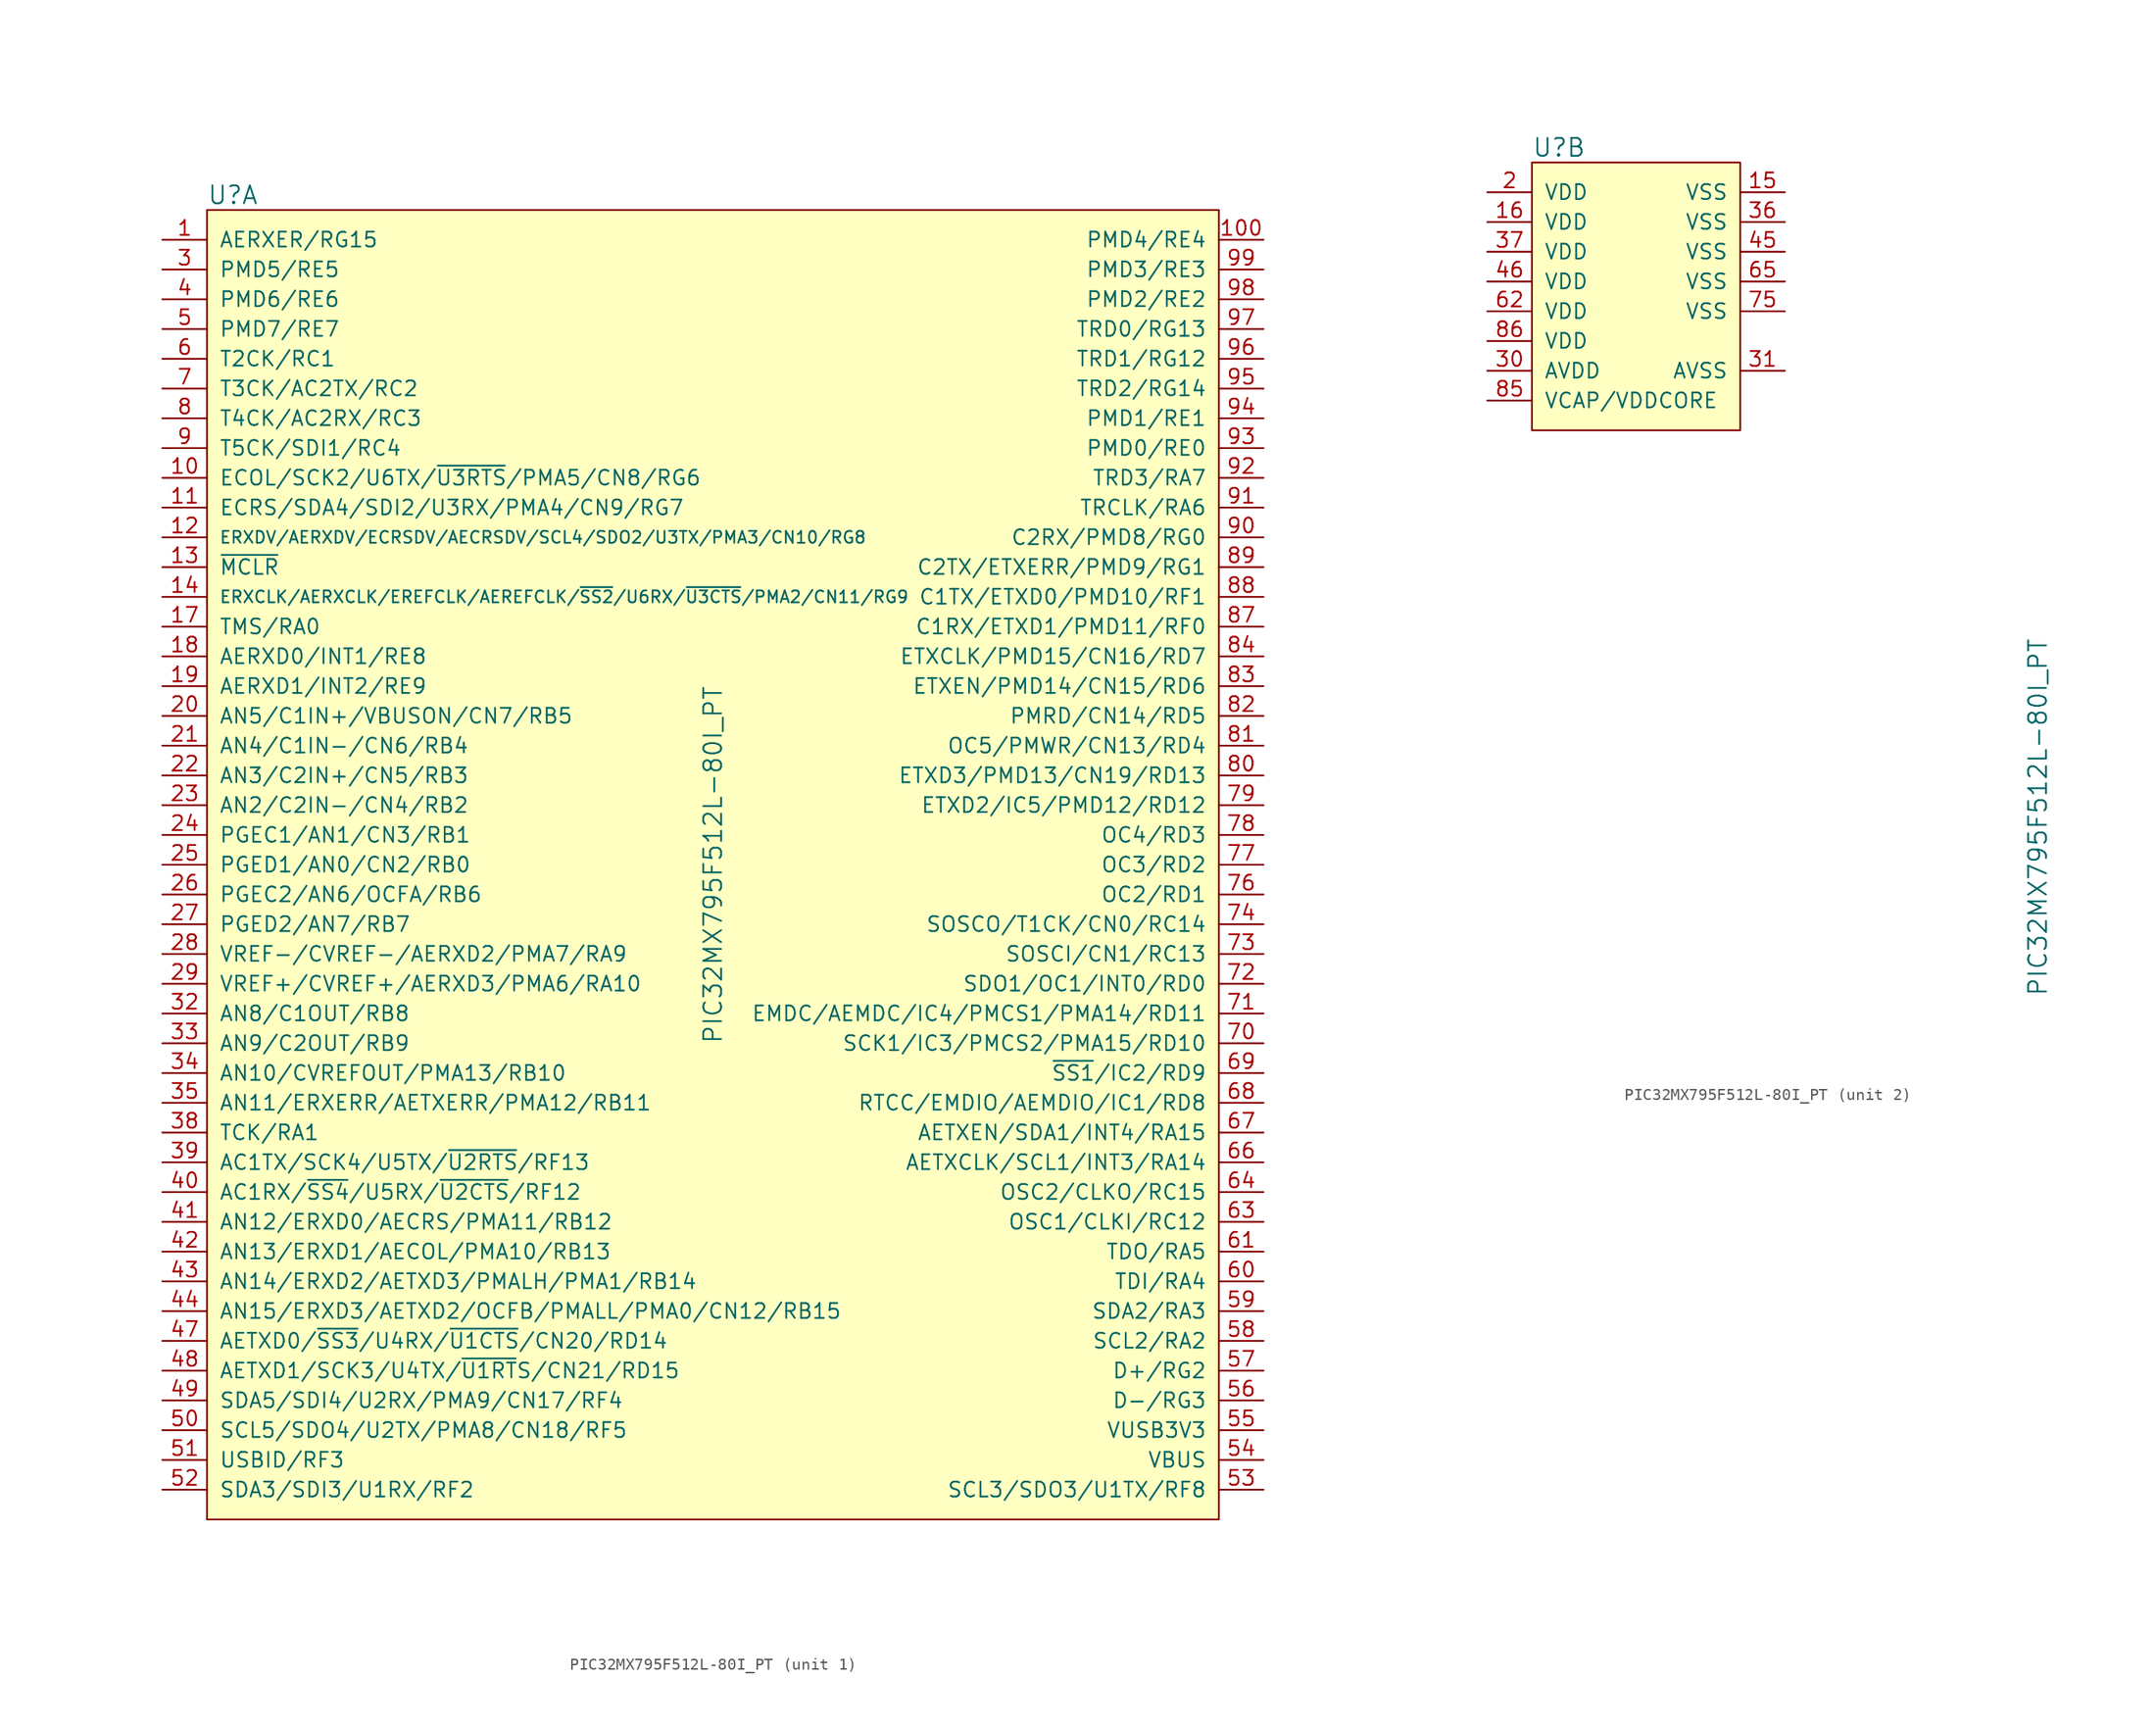
<source format=kicad_sym>
(kicad_symbol_lib
  (version 20220914)
  (generator kicad_symbol_editor)
  (symbol "PIC32MX795F512L-80I_PT"
    (pin_names
      (offset 1.016))
    (property "Reference" "U"
      (at 1.27 1.27 0)
      (effects (font (size 1.524 1.524)) (justify left)))
    (property "Value" "PIC32MX795F512L-80I_PT"
      (at 44.45 -55.88 90)
      (effects (font (size 1.524 1.524))))
    (property "ki_locked" ""
      (at 0 0 0)
      (effects (font (size 1.27 1.27))))
    (symbol "PIC32MX795F512L-80I_PT_1_1"
      (rectangle (start 1.27 0) (end 87.63 -111.76) (stroke (width 0) (type solid)) (fill (type background)))
      (pin bidirectional line (at -2.54 -2.54 0) (length 3.81) (name "AERXER/RG15" (effects (font (size 1.27 1.27)))) (number "1" (effects (font (size 1.27 1.27)))))
      (pin bidirectional line (at -2.54 -22.86 0) (length 3.81) (name "ECOL/SCK2/U6TX/~{U3RTS}/PMA5/CN8/RG6" (effects (font (size 1.27 1.27)))) (number "10" (effects (font (size 1.27 1.27)))))
      (pin bidirectional line (at 91.44 -2.54 180) (length 3.81) (name "PMD4/RE4" (effects (font (size 1.27 1.27)))) (number "100" (effects (font (size 1.27 1.27)))))
      (pin bidirectional line (at -2.54 -25.4 0) (length 3.81) (name "ECRS/SDA4/SDI2/U3RX/PMA4/CN9/RG7" (effects (font (size 1.27 1.27)))) (number "11" (effects (font (size 1.27 1.27)))))
      (pin bidirectional line (at -2.54 -27.94 0) (length 3.81) (name "ERXDV/AERXDV/ECRSDV/AECRSDV/SCL4/SDO2/U3TX/PMA3/CN10/RG8" (effects (font (size 1.016 1.016)))) (number "12" (effects (font (size 1.27 1.27)))))
      (pin input line (at -2.54 -30.48 0) (length 3.81) (name "~{MCLR}" (effects (font (size 1.27 1.27)))) (number "13" (effects (font (size 1.27 1.27)))))
      (pin bidirectional line (at -2.54 -33.02 0) (length 3.81) (name "ERXCLK/AERXCLK/EREFCLK/AEREFCLK/~{SS2}/U6RX/~{U3CTS}/PMA2/CN11/RG9" (effects (font (size 1.016 1.016)))) (number "14" (effects (font (size 1.27 1.27)))))
      (pin bidirectional line (at -2.54 -35.56 0) (length 3.81) (name "TMS/RA0" (effects (font (size 1.27 1.27)))) (number "17" (effects (font (size 1.27 1.27)))))
      (pin bidirectional line (at -2.54 -38.1 0) (length 3.81) (name "AERXD0/INT1/RE8" (effects (font (size 1.27 1.27)))) (number "18" (effects (font (size 1.27 1.27)))))
      (pin bidirectional line (at -2.54 -40.64 0) (length 3.81) (name "AERXD1/INT2/RE9" (effects (font (size 1.27 1.27)))) (number "19" (effects (font (size 1.27 1.27)))))
      (pin bidirectional line (at -2.54 -43.18 0) (length 3.81) (name "AN5/C1IN+/VBUSON/CN7/RB5" (effects (font (size 1.27 1.27)))) (number "20" (effects (font (size 1.27 1.27)))))
      (pin bidirectional line (at -2.54 -45.72 0) (length 3.81) (name "AN4/C1IN-/CN6/RB4" (effects (font (size 1.27 1.27)))) (number "21" (effects (font (size 1.27 1.27)))))
      (pin bidirectional line (at -2.54 -48.26 0) (length 3.81) (name "AN3/C2IN+/CN5/RB3" (effects (font (size 1.27 1.27)))) (number "22" (effects (font (size 1.27 1.27)))))
      (pin bidirectional line (at -2.54 -50.8 0) (length 3.81) (name "AN2/C2IN-/CN4/RB2" (effects (font (size 1.27 1.27)))) (number "23" (effects (font (size 1.27 1.27)))))
      (pin bidirectional line (at -2.54 -53.34 0) (length 3.81) (name "PGEC1/AN1/CN3/RB1" (effects (font (size 1.27 1.27)))) (number "24" (effects (font (size 1.27 1.27)))))
      (pin bidirectional line (at -2.54 -55.88 0) (length 3.81) (name "PGED1/AN0/CN2/RB0" (effects (font (size 1.27 1.27)))) (number "25" (effects (font (size 1.27 1.27)))))
      (pin bidirectional line (at -2.54 -58.42 0) (length 3.81) (name "PGEC2/AN6/OCFA/RB6" (effects (font (size 1.27 1.27)))) (number "26" (effects (font (size 1.27 1.27)))))
      (pin bidirectional line (at -2.54 -60.96 0) (length 3.81) (name "PGED2/AN7/RB7" (effects (font (size 1.27 1.27)))) (number "27" (effects (font (size 1.27 1.27)))))
      (pin bidirectional line (at -2.54 -63.5 0) (length 3.81) (name "VREF-/CVREF-/AERXD2/PMA7/RA9" (effects (font (size 1.27 1.27)))) (number "28" (effects (font (size 1.27 1.27)))))
      (pin bidirectional line (at -2.54 -66.04 0) (length 3.81) (name "VREF+/CVREF+/AERXD3/PMA6/RA10" (effects (font (size 1.27 1.27)))) (number "29" (effects (font (size 1.27 1.27)))))
      (pin bidirectional line (at -2.54 -5.08 0) (length 3.81) (name "PMD5/RE5" (effects (font (size 1.27 1.27)))) (number "3" (effects (font (size 1.27 1.27)))))
      (pin bidirectional line (at -2.54 -68.58 0) (length 3.81) (name "AN8/C1OUT/RB8" (effects (font (size 1.27 1.27)))) (number "32" (effects (font (size 1.27 1.27)))))
      (pin bidirectional line (at -2.54 -71.12 0) (length 3.81) (name "AN9/C2OUT/RB9" (effects (font (size 1.27 1.27)))) (number "33" (effects (font (size 1.27 1.27)))))
      (pin bidirectional line (at -2.54 -73.66 0) (length 3.81) (name "AN10/CVREFOUT/PMA13/RB10" (effects (font (size 1.27 1.27)))) (number "34" (effects (font (size 1.27 1.27)))))
      (pin bidirectional line (at -2.54 -76.2 0) (length 3.81) (name "AN11/ERXERR/AETXERR/PMA12/RB11" (effects (font (size 1.27 1.27)))) (number "35" (effects (font (size 1.27 1.27)))))
      (pin bidirectional line (at -2.54 -78.74 0) (length 3.81) (name "TCK/RA1" (effects (font (size 1.27 1.27)))) (number "38" (effects (font (size 1.27 1.27)))))
      (pin bidirectional line (at -2.54 -81.28 0) (length 3.81) (name "AC1TX/SCK4/U5TX/~{U2RTS}/RF13" (effects (font (size 1.27 1.27)))) (number "39" (effects (font (size 1.27 1.27)))))
      (pin bidirectional line (at -2.54 -7.62 0) (length 3.81) (name "PMD6/RE6" (effects (font (size 1.27 1.27)))) (number "4" (effects (font (size 1.27 1.27)))))
      (pin bidirectional line (at -2.54 -83.82 0) (length 3.81) (name "AC1RX/~{SS4}/U5RX/~{U2CTS}/RF12" (effects (font (size 1.27 1.27)))) (number "40" (effects (font (size 1.27 1.27)))))
      (pin bidirectional line (at -2.54 -86.36 0) (length 3.81) (name "AN12/ERXD0/AECRS/PMA11/RB12" (effects (font (size 1.27 1.27)))) (number "41" (effects (font (size 1.27 1.27)))))
      (pin bidirectional line (at -2.54 -88.9 0) (length 3.81) (name "AN13/ERXD1/AECOL/PMA10/RB13" (effects (font (size 1.27 1.27)))) (number "42" (effects (font (size 1.27 1.27)))))
      (pin bidirectional line (at -2.54 -91.44 0) (length 3.81) (name "AN14/ERXD2/AETXD3/PMALH/PMA1/RB14" (effects (font (size 1.27 1.27)))) (number "43" (effects (font (size 1.27 1.27)))))
      (pin bidirectional line (at -2.54 -93.98 0) (length 3.81) (name "AN15/ERXD3/AETXD2/OCFB/PMALL/PMA0/CN12/RB15" (effects (font (size 1.27 1.27)))) (number "44" (effects (font (size 1.27 1.27)))))
      (pin bidirectional line (at -2.54 -96.52 0) (length 3.81) (name "AETXD0/~{SS3}/U4RX/~{U1CTS}/CN20/RD14" (effects (font (size 1.27 1.27)))) (number "47" (effects (font (size 1.27 1.27)))))
      (pin bidirectional line (at -2.54 -99.06 0) (length 3.81) (name "AETXD1/SCK3/U4TX/~{U1RT}S/CN21/RD15" (effects (font (size 1.27 1.27)))) (number "48" (effects (font (size 1.27 1.27)))))
      (pin bidirectional line (at -2.54 -101.6 0) (length 3.81) (name "SDA5/SDI4/U2RX/PMA9/CN17/RF4" (effects (font (size 1.27 1.27)))) (number "49" (effects (font (size 1.27 1.27)))))
      (pin bidirectional line (at -2.54 -10.16 0) (length 3.81) (name "PMD7/RE7" (effects (font (size 1.27 1.27)))) (number "5" (effects (font (size 1.27 1.27)))))
      (pin bidirectional line (at -2.54 -104.14 0) (length 3.81) (name "SCL5/SDO4/U2TX/PMA8/CN18/RF5" (effects (font (size 1.27 1.27)))) (number "50" (effects (font (size 1.27 1.27)))))
      (pin bidirectional line (at -2.54 -106.68 0) (length 3.81) (name "USBID/RF3" (effects (font (size 1.27 1.27)))) (number "51" (effects (font (size 1.27 1.27)))))
      (pin bidirectional line (at -2.54 -109.22 0) (length 3.81) (name "SDA3/SDI3/U1RX/RF2" (effects (font (size 1.27 1.27)))) (number "52" (effects (font (size 1.27 1.27)))))
      (pin bidirectional line (at 91.44 -109.22 180) (length 3.81) (name "SCL3/SDO3/U1TX/RF8" (effects (font (size 1.27 1.27)))) (number "53" (effects (font (size 1.27 1.27)))))
      (pin bidirectional line (at 91.44 -106.68 180) (length 3.81) (name "VBUS" (effects (font (size 1.27 1.27)))) (number "54" (effects (font (size 1.27 1.27)))))
      (pin input line (at 91.44 -104.14 180) (length 3.81) (name "VUSB3V3" (effects (font (size 1.27 1.27)))) (number "55" (effects (font (size 1.27 1.27)))))
      (pin bidirectional line (at 91.44 -101.6 180) (length 3.81) (name "D-/RG3" (effects (font (size 1.27 1.27)))) (number "56" (effects (font (size 1.27 1.27)))))
      (pin bidirectional line (at 91.44 -99.06 180) (length 3.81) (name "D+/RG2" (effects (font (size 1.27 1.27)))) (number "57" (effects (font (size 1.27 1.27)))))
      (pin bidirectional line (at 91.44 -96.52 180) (length 3.81) (name "SCL2/RA2" (effects (font (size 1.27 1.27)))) (number "58" (effects (font (size 1.27 1.27)))))
      (pin bidirectional line (at 91.44 -93.98 180) (length 3.81) (name "SDA2/RA3" (effects (font (size 1.27 1.27)))) (number "59" (effects (font (size 1.27 1.27)))))
      (pin bidirectional line (at -2.54 -12.7 0) (length 3.81) (name "T2CK/RC1" (effects (font (size 1.27 1.27)))) (number "6" (effects (font (size 1.27 1.27)))))
      (pin bidirectional line (at 91.44 -91.44 180) (length 3.81) (name "TDI/RA4" (effects (font (size 1.27 1.27)))) (number "60" (effects (font (size 1.27 1.27)))))
      (pin bidirectional line (at 91.44 -88.9 180) (length 3.81) (name "TDO/RA5" (effects (font (size 1.27 1.27)))) (number "61" (effects (font (size 1.27 1.27)))))
      (pin bidirectional line (at 91.44 -86.36 180) (length 3.81) (name "OSC1/CLKI/RC12" (effects (font (size 1.27 1.27)))) (number "63" (effects (font (size 1.27 1.27)))))
      (pin bidirectional line (at 91.44 -83.82 180) (length 3.81) (name "OSC2/CLKO/RC15" (effects (font (size 1.27 1.27)))) (number "64" (effects (font (size 1.27 1.27)))))
      (pin bidirectional line (at 91.44 -81.28 180) (length 3.81) (name "AETXCLK/SCL1/INT3/RA14" (effects (font (size 1.27 1.27)))) (number "66" (effects (font (size 1.27 1.27)))))
      (pin bidirectional line (at 91.44 -78.74 180) (length 3.81) (name "AETXEN/SDA1/INT4/RA15" (effects (font (size 1.27 1.27)))) (number "67" (effects (font (size 1.27 1.27)))))
      (pin bidirectional line (at 91.44 -76.2 180) (length 3.81) (name "RTCC/EMDIO/AEMDIO/IC1/RD8" (effects (font (size 1.27 1.27)))) (number "68" (effects (font (size 1.27 1.27)))))
      (pin bidirectional line (at 91.44 -73.66 180) (length 3.81) (name "~{SS1}/IC2/RD9" (effects (font (size 1.27 1.27)))) (number "69" (effects (font (size 1.27 1.27)))))
      (pin bidirectional line (at -2.54 -15.24 0) (length 3.81) (name "T3CK/AC2TX/RC2" (effects (font (size 1.27 1.27)))) (number "7" (effects (font (size 1.27 1.27)))))
      (pin bidirectional line (at 91.44 -71.12 180) (length 3.81) (name "SCK1/IC3/PMCS2/PMA15/RD10" (effects (font (size 1.27 1.27)))) (number "70" (effects (font (size 1.27 1.27)))))
      (pin bidirectional line (at 91.44 -68.58 180) (length 3.81) (name "EMDC/AEMDC/IC4/PMCS1/PMA14/RD11" (effects (font (size 1.27 1.27)))) (number "71" (effects (font (size 1.27 1.27)))))
      (pin bidirectional line (at 91.44 -66.04 180) (length 3.81) (name "SDO1/OC1/INT0/RD0" (effects (font (size 1.27 1.27)))) (number "72" (effects (font (size 1.27 1.27)))))
      (pin bidirectional line (at 91.44 -63.5 180) (length 3.81) (name "SOSCI/CN1/RC13" (effects (font (size 1.27 1.27)))) (number "73" (effects (font (size 1.27 1.27)))))
      (pin bidirectional line (at 91.44 -60.96 180) (length 3.81) (name "SOSCO/T1CK/CN0/RC14" (effects (font (size 1.27 1.27)))) (number "74" (effects (font (size 1.27 1.27)))))
      (pin bidirectional line (at 91.44 -58.42 180) (length 3.81) (name "OC2/RD1" (effects (font (size 1.27 1.27)))) (number "76" (effects (font (size 1.27 1.27)))))
      (pin bidirectional line (at 91.44 -55.88 180) (length 3.81) (name "OC3/RD2" (effects (font (size 1.27 1.27)))) (number "77" (effects (font (size 1.27 1.27)))))
      (pin bidirectional line (at 91.44 -53.34 180) (length 3.81) (name "OC4/RD3" (effects (font (size 1.27 1.27)))) (number "78" (effects (font (size 1.27 1.27)))))
      (pin bidirectional line (at 91.44 -50.8 180) (length 3.81) (name "ETXD2/IC5/PMD12/RD12" (effects (font (size 1.27 1.27)))) (number "79" (effects (font (size 1.27 1.27)))))
      (pin bidirectional line (at -2.54 -17.78 0) (length 3.81) (name "T4CK/AC2RX/RC3" (effects (font (size 1.27 1.27)))) (number "8" (effects (font (size 1.27 1.27)))))
      (pin bidirectional line (at 91.44 -48.26 180) (length 3.81) (name "ETXD3/PMD13/CN19/RD13" (effects (font (size 1.27 1.27)))) (number "80" (effects (font (size 1.27 1.27)))))
      (pin bidirectional line (at 91.44 -45.72 180) (length 3.81) (name "OC5/PMWR/CN13/RD4" (effects (font (size 1.27 1.27)))) (number "81" (effects (font (size 1.27 1.27)))))
      (pin bidirectional line (at 91.44 -43.18 180) (length 3.81) (name "PMRD/CN14/RD5" (effects (font (size 1.27 1.27)))) (number "82" (effects (font (size 1.27 1.27)))))
      (pin bidirectional line (at 91.44 -40.64 180) (length 3.81) (name "ETXEN/PMD14/CN15/RD6" (effects (font (size 1.27 1.27)))) (number "83" (effects (font (size 1.27 1.27)))))
      (pin bidirectional line (at 91.44 -38.1 180) (length 3.81) (name "ETXCLK/PMD15/CN16/RD7" (effects (font (size 1.27 1.27)))) (number "84" (effects (font (size 1.27 1.27)))))
      (pin bidirectional line (at 91.44 -35.56 180) (length 3.81) (name "C1RX/ETXD1/PMD11/RF0" (effects (font (size 1.27 1.27)))) (number "87" (effects (font (size 1.27 1.27)))))
      (pin bidirectional line (at 91.44 -33.02 180) (length 3.81) (name "C1TX/ETXD0/PMD10/RF1" (effects (font (size 1.27 1.27)))) (number "88" (effects (font (size 1.27 1.27)))))
      (pin bidirectional line (at 91.44 -30.48 180) (length 3.81) (name "C2TX/ETXERR/PMD9/RG1" (effects (font (size 1.27 1.27)))) (number "89" (effects (font (size 1.27 1.27)))))
      (pin bidirectional line (at -2.54 -20.32 0) (length 3.81) (name "T5CK/SDI1/RC4" (effects (font (size 1.27 1.27)))) (number "9" (effects (font (size 1.27 1.27)))))
      (pin bidirectional line (at 91.44 -27.94 180) (length 3.81) (name "C2RX/PMD8/RG0" (effects (font (size 1.27 1.27)))) (number "90" (effects (font (size 1.27 1.27)))))
      (pin bidirectional line (at 91.44 -25.4 180) (length 3.81) (name "TRCLK/RA6" (effects (font (size 1.27 1.27)))) (number "91" (effects (font (size 1.27 1.27)))))
      (pin bidirectional line (at 91.44 -22.86 180) (length 3.81) (name "TRD3/RA7" (effects (font (size 1.27 1.27)))) (number "92" (effects (font (size 1.27 1.27)))))
      (pin bidirectional line (at 91.44 -20.32 180) (length 3.81) (name "PMD0/RE0" (effects (font (size 1.27 1.27)))) (number "93" (effects (font (size 1.27 1.27)))))
      (pin bidirectional line (at 91.44 -17.78 180) (length 3.81) (name "PMD1/RE1" (effects (font (size 1.27 1.27)))) (number "94" (effects (font (size 1.27 1.27)))))
      (pin bidirectional line (at 91.44 -15.24 180) (length 3.81) (name "TRD2/RG14" (effects (font (size 1.27 1.27)))) (number "95" (effects (font (size 1.27 1.27)))))
      (pin bidirectional line (at 91.44 -12.7 180) (length 3.81) (name "TRD1/RG12" (effects (font (size 1.27 1.27)))) (number "96" (effects (font (size 1.27 1.27)))))
      (pin bidirectional line (at 91.44 -10.16 180) (length 3.81) (name "TRD0/RG13" (effects (font (size 1.27 1.27)))) (number "97" (effects (font (size 1.27 1.27)))))
      (pin bidirectional line (at 91.44 -7.62 180) (length 3.81) (name "PMD2/RE2" (effects (font (size 1.27 1.27)))) (number "98" (effects (font (size 1.27 1.27)))))
      (pin bidirectional line (at 91.44 -5.08 180) (length 3.81) (name "PMD3/RE3" (effects (font (size 1.27 1.27)))) (number "99" (effects (font (size 1.27 1.27))))))
    (symbol "PIC32MX795F512L-80I_PT_2_1"
      (rectangle (start 1.27 0) (end 19.05 -22.86) (stroke (width 0) (type solid)) (fill (type background)))
      (pin power_in line (at 22.86 -2.54 180) (length 3.81) (name "VSS" (effects (font (size 1.27 1.27)))) (number "15" (effects (font (size 1.27 1.27)))))
      (pin power_in line (at -2.54 -5.08 0) (length 3.81) (name "VDD" (effects (font (size 1.27 1.27)))) (number "16" (effects (font (size 1.27 1.27)))))
      (pin power_in line (at -2.54 -2.54 0) (length 3.81) (name "VDD" (effects (font (size 1.27 1.27)))) (number "2" (effects (font (size 1.27 1.27)))))
      (pin power_in line (at -2.54 -17.78 0) (length 3.81) (name "AVDD" (effects (font (size 1.27 1.27)))) (number "30" (effects (font (size 1.27 1.27)))))
      (pin power_in line (at 22.86 -17.78 180) (length 3.81) (name "AVSS" (effects (font (size 1.27 1.27)))) (number "31" (effects (font (size 1.27 1.27)))))
      (pin power_in line (at 22.86 -5.08 180) (length 3.81) (name "VSS" (effects (font (size 1.27 1.27)))) (number "36" (effects (font (size 1.27 1.27)))))
      (pin power_in line (at -2.54 -7.62 0) (length 3.81) (name "VDD" (effects (font (size 1.27 1.27)))) (number "37" (effects (font (size 1.27 1.27)))))
      (pin power_in line (at 22.86 -7.62 180) (length 3.81) (name "VSS" (effects (font (size 1.27 1.27)))) (number "45" (effects (font (size 1.27 1.27)))))
      (pin power_in line (at -2.54 -10.16 0) (length 3.81) (name "VDD" (effects (font (size 1.27 1.27)))) (number "46" (effects (font (size 1.27 1.27)))))
      (pin power_in line (at -2.54 -12.7 0) (length 3.81) (name "VDD" (effects (font (size 1.27 1.27)))) (number "62" (effects (font (size 1.27 1.27)))))
      (pin power_in line (at 22.86 -10.16 180) (length 3.81) (name "VSS" (effects (font (size 1.27 1.27)))) (number "65" (effects (font (size 1.27 1.27)))))
      (pin power_in line (at 22.86 -12.7 180) (length 3.81) (name "VSS" (effects (font (size 1.27 1.27)))) (number "75" (effects (font (size 1.27 1.27)))))
      (pin power_in line (at -2.54 -20.32 0) (length 3.81) (name "VCAP/VDDCORE" (effects (font (size 1.27 1.27)))) (number "85" (effects (font (size 1.27 1.27)))))
      (pin power_in line (at -2.54 -15.24 0) (length 3.81) (name "VDD" (effects (font (size 1.27 1.27)))) (number "86" (effects (font (size 1.27 1.27))))))))
</source>
